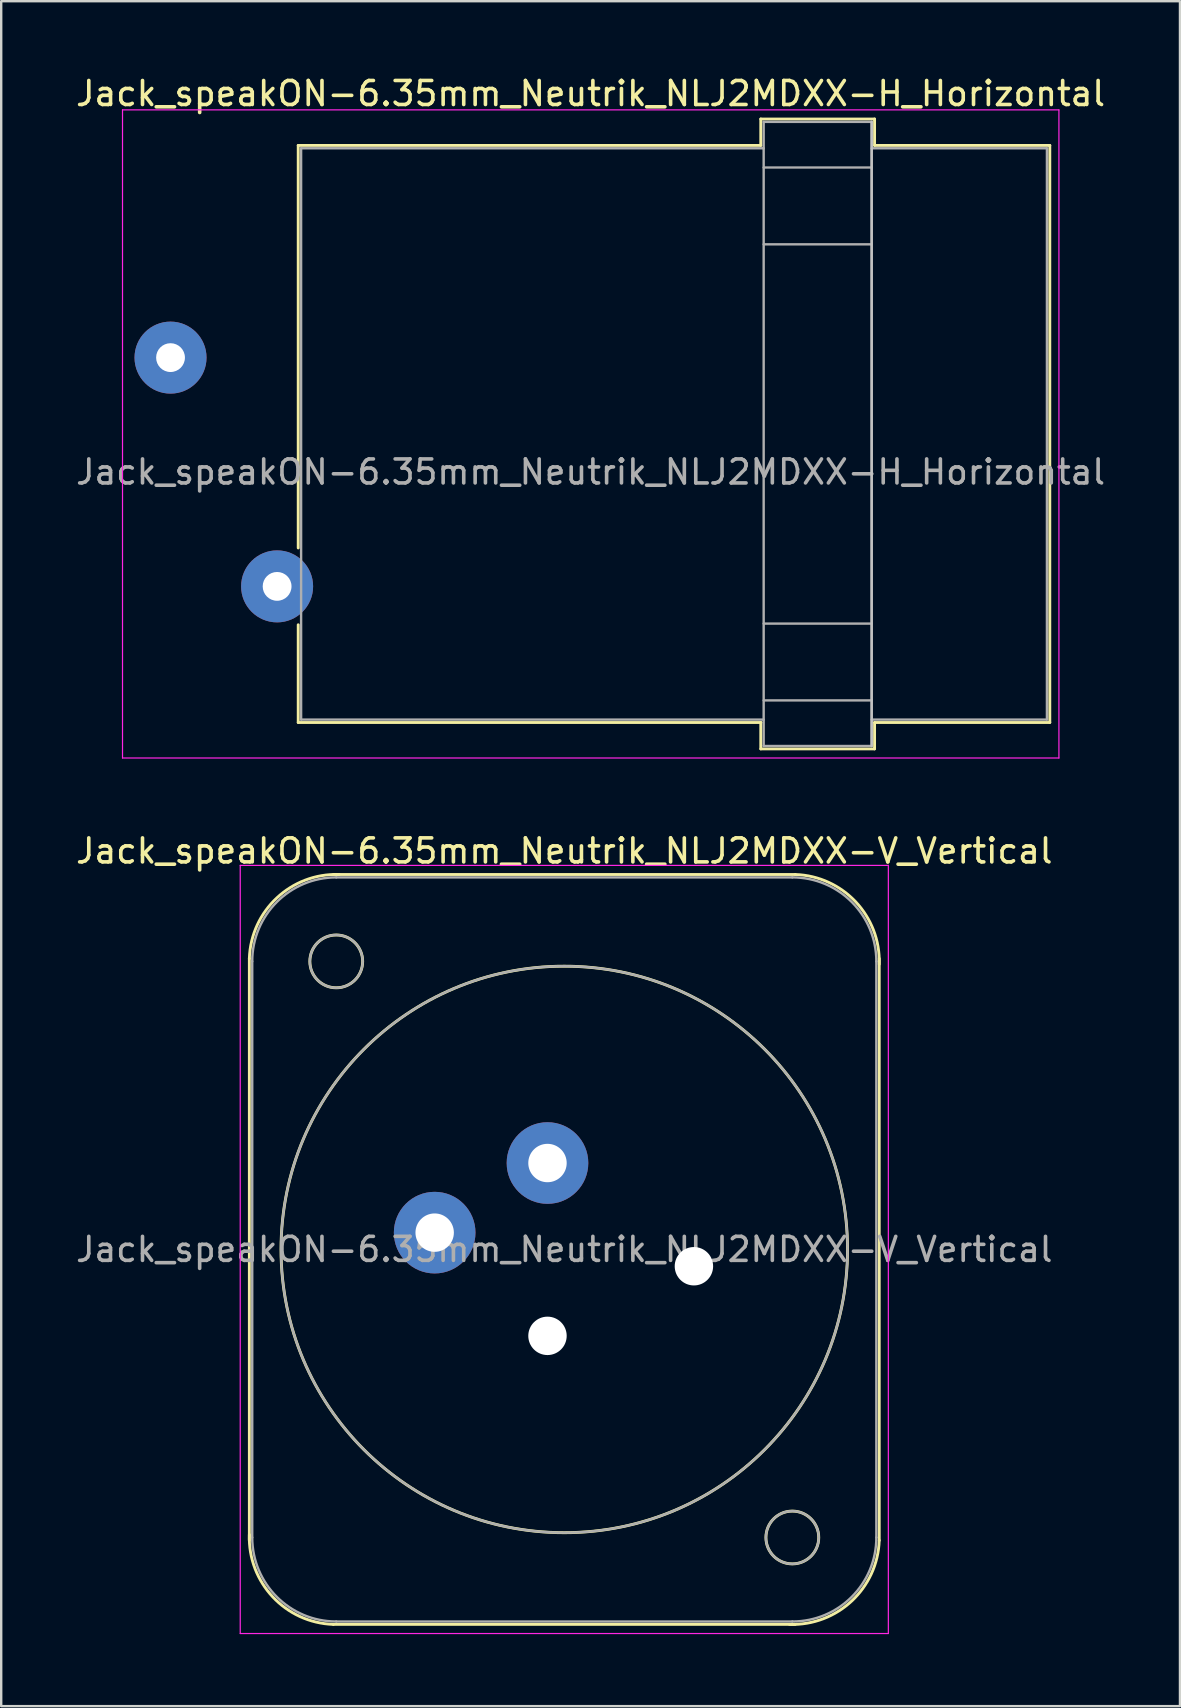
<source format=kicad_pcb>
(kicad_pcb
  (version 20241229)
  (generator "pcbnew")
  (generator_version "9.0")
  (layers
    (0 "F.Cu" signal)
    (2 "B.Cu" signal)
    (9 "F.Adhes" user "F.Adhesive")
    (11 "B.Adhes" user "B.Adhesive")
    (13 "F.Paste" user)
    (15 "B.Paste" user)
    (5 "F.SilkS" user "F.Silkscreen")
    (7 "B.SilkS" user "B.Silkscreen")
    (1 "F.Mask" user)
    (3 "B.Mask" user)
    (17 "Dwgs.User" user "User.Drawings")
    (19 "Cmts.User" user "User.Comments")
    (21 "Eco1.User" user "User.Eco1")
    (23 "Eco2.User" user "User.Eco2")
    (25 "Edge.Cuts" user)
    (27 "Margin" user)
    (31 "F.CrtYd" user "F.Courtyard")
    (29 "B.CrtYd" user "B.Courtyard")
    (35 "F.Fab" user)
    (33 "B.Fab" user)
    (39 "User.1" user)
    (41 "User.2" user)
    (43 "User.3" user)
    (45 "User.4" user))
  (footprint "Jack_speakON-6.35mm_Neutrik_NLJ2MDXX-H_Horizontal"
    (layer "F.Cu")
    (at 4.054 11.848)
    (property "Reference" "Jack_speakON-6.35mm_Neutrik_NLJ2MDXX-H_Horizontal" (at 17.5 -11 0) (layer "F.SilkS") (effects (font (size 1 1) (thickness 0.15))))
    (attr through_hole)
    (fp_line (start 5.32 -8.84) (end 24.59 -8.84) (stroke (width 0.12) (type solid)) (layer "F.SilkS"))
    (fp_line (start 5.32 7.93) (end 5.32 -8.84) (stroke (width 0.12) (type solid)) (layer "F.SilkS"))
    (fp_line (start 5.32 15.2) (end 5.32 11.13) (stroke (width 0.12) (type solid)) (layer "F.SilkS"))
    (fp_line (start 5.32 15.2) (end 24.6 15.2) (stroke (width 0.12) (type solid)) (layer "F.SilkS"))
    (fp_line (start 24.59 -9.94) (end 24.59 -8.84) (stroke (width 0.12) (type solid)) (layer "F.SilkS"))
    (fp_line (start 24.59 -9.94) (end 29.33 -9.94) (stroke (width 0.12) (type solid)) (layer "F.SilkS"))
    (fp_line (start 24.59 16.3) (end 24.59 15.2) (stroke (width 0.12) (type solid)) (layer "F.SilkS"))
    (fp_line (start 24.59 16.3) (end 29.33 16.3) (stroke (width 0.12) (type solid)) (layer "F.SilkS"))
    (fp_line (start 29.33 -9.94) (end 29.33 -8.84) (stroke (width 0.12) (type solid)) (layer "F.SilkS"))
    (fp_line (start 29.33 16.3) (end 29.33 15.2) (stroke (width 0.12) (type solid)) (layer "F.SilkS"))
    (fp_line (start 36.63 -8.84) (end 29.33 -8.84) (stroke (width 0.12) (type solid)) (layer "F.SilkS"))
    (fp_line (start 36.63 15.2) (end 29.33 15.2) (stroke (width 0.12) (type solid)) (layer "F.SilkS"))
    (fp_line (start 36.63 15.2) (end 36.63 -8.84) (stroke (width 0.12) (type solid)) (layer "F.SilkS"))
    (fp_line (start 29.21 16.18) (end 29.21 -9.82) (stroke (width 0.1) (type solid)) (layer "Dwgs.User"))
    (fp_line (start -2 16.68) (end -2 -10.32) (stroke (width 0.05) (type solid)) (layer "F.CrtYd"))
    (fp_line (start -2 16.68) (end 37.01 16.68) (stroke (width 0.05) (type solid)) (layer "F.CrtYd"))
    (fp_line (start 37.01 -10.32) (end -2 -10.32) (stroke (width 0.05) (type solid)) (layer "F.CrtYd"))
    (fp_line (start 37.01 -10.32) (end 37.01 16.68) (stroke (width 0.05) (type solid)) (layer "F.CrtYd"))
    (fp_line (start 5.44 -8.72) (end 24.71 -8.72) (stroke (width 0.1) (type solid)) (layer "F.Fab"))
    (fp_line (start 5.44 15.08) (end 5.44 -8.72) (stroke (width 0.1) (type solid)) (layer "F.Fab"))
    (fp_line (start 5.44 15.08) (end 24.71 15.08) (stroke (width 0.1) (type solid)) (layer "F.Fab"))
    (fp_line (start 24.71 -9.82) (end 29.21 -9.82) (stroke (width 0.1) (type solid)) (layer "F.Fab"))
    (fp_line (start 24.71 -7.92) (end 29.21 -7.92) (stroke (width 0.1) (type solid)) (layer "F.Fab"))
    (fp_line (start 24.71 -4.72) (end 29.21 -4.72) (stroke (width 0.1) (type solid)) (layer "F.Fab"))
    (fp_line (start 24.71 11.08) (end 29.21 11.08) (stroke (width 0.1) (type solid)) (layer "F.Fab"))
    (fp_line (start 24.71 14.28) (end 29.21 14.28) (stroke (width 0.1) (type solid)) (layer "F.Fab"))
    (fp_line (start 24.71 16.18) (end 24.71 -9.82) (stroke (width 0.1) (type solid)) (layer "F.Fab"))
    (fp_line (start 24.71 16.18) (end 29.21 16.18) (stroke (width 0.1) (type solid)) (layer "F.Fab"))
    (fp_line (start 29.21 16.18) (end 29.21 -9.82) (stroke (width 0.1) (type solid)) (layer "F.Fab"))
    (fp_line (start 36.51 -8.72) (end 29.21 -8.72) (stroke (width 0.1) (type solid)) (layer "F.Fab"))
    (fp_line (start 36.51 15.08) (end 29.21 15.08) (stroke (width 0.1) (type solid)) (layer "F.Fab"))
    (fp_line (start 36.51 15.08) (end 36.51 -8.72) (stroke (width 0.1) (type solid)) (layer "F.Fab"))
    (fp_text user "${REFERENCE}" (at 17.5 4.765 0) (layer "F.Fab") (effects (font (size 1 1) (thickness 0.15))))
    (pad "1+" thru_hole circle (at 0 0) (size 3 3) (drill 1.2) (layers "*.Cu" "*.Mask"))
    (pad "1-" thru_hole circle (at 4.44 9.53) (size 3 3) (drill 1.2) (layers "*.Cu" "*.Mask")))
  (footprint "Jack_speakON-6.35mm_Neutrik_NLJ2MDXX-V_Vertical"
    (layer "F.Cu")
    (at 19.758 45.401)
    (property "Reference" "Jack_speakON-6.35mm_Neutrik_NLJ2MDXX-V_Vertical" (at 0.7 -13 0) (layer "F.SilkS") (effects (font (size 1 1) (thickness 0.15))))
    (attr through_hole)
    (fp_line (start -12.42 15.72) (end -12.42 -8.52) (stroke (width 0.12) (type solid)) (layer "F.SilkS"))
    (fp_line (start -8.92 -12.02) (end 10.32 -12.02) (stroke (width 0.12) (type solid)) (layer "F.SilkS"))
    (fp_line (start -8.92 19.22) (end 10.32 19.22) (stroke (width 0.12) (type solid)) (layer "F.SilkS"))
    (fp_line (start 13.82 15.72) (end 13.82 -8.52) (stroke (width 0.12) (type solid)) (layer "F.SilkS"))
    (fp_arc (start -12.42 -8.52) (mid -11.274874 -11.044579) (end -8.68 -12.02) (stroke (width 0.12) (type solid)) (layer "F.SilkS"))
    (fp_arc (start -8.92 19.22) (mid -11.444579 18.074874) (end -12.42 15.48) (stroke (width 0.12) (type solid)) (layer "F.SilkS"))
    (fp_arc (start 10.32 -12.02) (mid 12.844579 -10.874874) (end 13.82 -8.28) (stroke (width 0.12) (type solid)) (layer "F.SilkS"))
    (fp_arc (start 13.82 15.72) (mid 12.674874 18.244579) (end 10.08 19.22) (stroke (width 0.12) (type solid)) (layer "F.SilkS"))
    (fp_circle (center -8.8 -8.4) (end -7.7 -8.4) (stroke (width 0.12) (type solid)) (fill no) (layer "F.SilkS"))
    (fp_circle (center 0.7 3.6) (end 12.5 3.6) (stroke (width 0.12) (type solid)) (fill no) (layer "F.SilkS"))
    (fp_circle (center 10.2 15.6) (end 11.3 15.6) (stroke (width 0.12) (type solid)) (fill no) (layer "F.SilkS"))
    (fp_line (start -12.8 -12.4) (end 14.2 -12.4) (stroke (width 0.05) (type solid)) (layer "F.CrtYd"))
    (fp_line (start -12.8 19.6) (end -12.8 -12.4) (stroke (width 0.05) (type solid)) (layer "F.CrtYd"))
    (fp_line (start -12.8 19.6) (end 14.2 19.6) (stroke (width 0.05) (type solid)) (layer "F.CrtYd"))
    (fp_line (start 14.2 19.6) (end 14.2 -12.4) (stroke (width 0.05) (type solid)) (layer "F.CrtYd"))
    (fp_line (start -12.3 15.6) (end -12.3 -8.4) (stroke (width 0.1) (type solid)) (layer "F.Fab"))
    (fp_line (start -8.8 -11.9) (end 10.2 -11.9) (stroke (width 0.1) (type solid)) (layer "F.Fab"))
    (fp_line (start -8.8 19.1) (end 10.2 19.1) (stroke (width 0.1) (type solid)) (layer "F.Fab"))
    (fp_line (start 13.7 15.6) (end 13.7 -8.4) (stroke (width 0.1) (type solid)) (layer "F.Fab"))
    (fp_arc (start -12.3 -8.4) (mid -11.274874 -10.874874) (end -8.8 -11.9) (stroke (width 0.1) (type solid)) (layer "F.Fab"))
    (fp_arc (start -8.8 19.1) (mid -11.274874 18.074874) (end -12.3 15.6) (stroke (width 0.1) (type solid)) (layer "F.Fab"))
    (fp_arc (start 10.2 -11.9) (mid 12.674874 -10.874874) (end 13.7 -8.4) (stroke (width 0.1) (type solid)) (layer "F.Fab"))
    (fp_arc (start 13.7 15.6) (mid 12.674874 18.074874) (end 10.2 19.1) (stroke (width 0.1) (type solid)) (layer "F.Fab"))
    (fp_circle (center -8.8 -8.4) (end -7.7 -8.4) (stroke (width 0.1) (type solid)) (fill no) (layer "F.Fab"))
    (fp_circle (center 0.7 3.6) (end 12.5 3.6) (stroke (width 0.1) (type solid)) (fill no) (layer "F.Fab"))
    (fp_circle (center 10.2 15.6) (end 9.1 15.6) (stroke (width 0.1) (type solid)) (fill no) (layer "F.Fab"))
    (fp_text user "${REFERENCE}" (at 0.7 3.6 0) (layer "F.Fab") (effects (font (size 1 1) (thickness 0.15))))
    (pad "" np_thru_hole circle (at 0 7.2) (size 1.6 1.6) (drill 1.6) (layers "*.Cu" "*.Mask"))
    (pad "" np_thru_hole circle (at 6.1 4.3) (size 1.6 1.6) (drill 1.6) (layers "*.Cu" "*.Mask"))
    (pad "1+" thru_hole circle (at 0 0) (size 3.4 3.4) (drill 1.6) (layers "*.Cu" "*.Mask"))
    (pad "1-" thru_hole circle (at -4.7 2.9) (size 3.4 3.4) (drill 1.6) (layers "*.Cu" "*.Mask")))
  (gr_rect
    (start -3 -3)
    (end 46.107 68.026)
    (stroke (width 0.1) (type default))
    (fill no)
    (layer "Edge.Cuts")))
</source>
